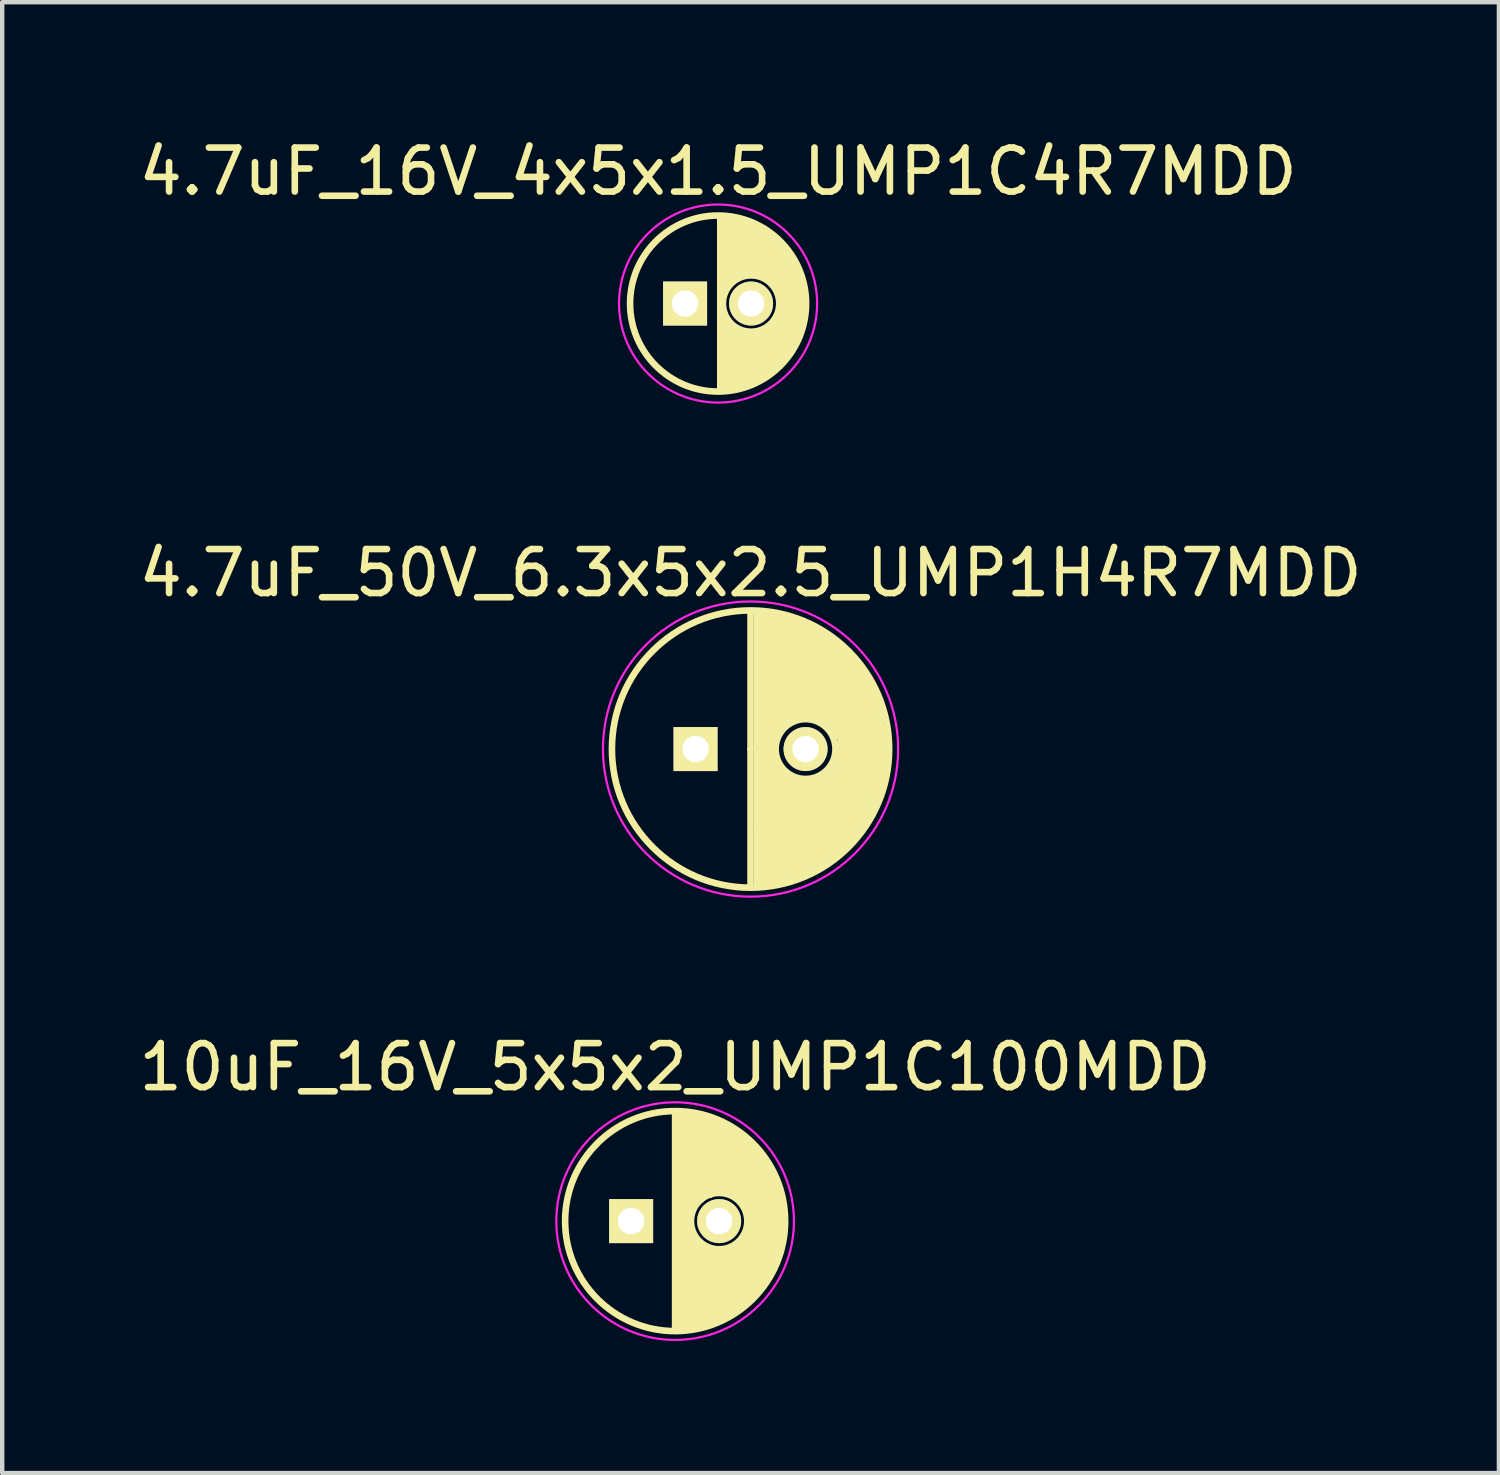
<source format=kicad_pcb>
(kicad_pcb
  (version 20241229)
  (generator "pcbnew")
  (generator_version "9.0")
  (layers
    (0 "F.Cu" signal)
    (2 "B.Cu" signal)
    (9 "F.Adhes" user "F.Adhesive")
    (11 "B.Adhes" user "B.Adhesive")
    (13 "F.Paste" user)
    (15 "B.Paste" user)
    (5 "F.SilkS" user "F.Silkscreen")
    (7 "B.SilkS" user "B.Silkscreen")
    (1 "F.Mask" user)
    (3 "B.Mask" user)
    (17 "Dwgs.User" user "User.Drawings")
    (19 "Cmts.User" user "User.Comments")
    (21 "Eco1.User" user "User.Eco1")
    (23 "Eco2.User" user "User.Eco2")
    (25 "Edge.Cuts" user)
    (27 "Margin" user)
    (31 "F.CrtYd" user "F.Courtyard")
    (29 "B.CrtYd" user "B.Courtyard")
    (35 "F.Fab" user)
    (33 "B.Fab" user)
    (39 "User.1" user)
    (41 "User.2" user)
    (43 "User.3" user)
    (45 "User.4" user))
  (footprint "4.7uF_16V_4x5x1.5_UMP1C4R7MDD"
    (layer "F.Cu")
    (at 13.268 3.848)
    (property "Reference" "4.7uF_16V_4x5x1.5_UMP1C4R7MDD" (at 0 -3 0) (layer "F.SilkS") (effects (font (size 1 1) (thickness 0.15))))
    (attr through_hole)
    (fp_line (start 0.05 0) (end 0.05 -1.95) (stroke (width 0.15) (type solid)) (layer "F.SilkS"))
    (fp_line (start 0.05 0) (end 0.05 1.95) (stroke (width 0.15) (type solid)) (layer "F.SilkS"))
    (fp_line (start 0.15 -1.95) (end 0.15 -0.35) (stroke (width 0.15) (type solid)) (layer "F.SilkS"))
    (fp_line (start 0.15 0.3) (end 0.15 1.95) (stroke (width 0.15) (type solid)) (layer "F.SilkS"))
    (fp_line (start 0.25 -0.5) (end 0.25 -1.9) (stroke (width 0.15) (type solid)) (layer "F.SilkS"))
    (fp_line (start 0.25 1.95) (end 0.25 0.45) (stroke (width 0.15) (type solid)) (layer "F.SilkS"))
    (fp_line (start 0.35 -1.95) (end 0.35 -0.55) (stroke (width 0.15) (type solid)) (layer "F.SilkS"))
    (fp_line (start 0.35 0.55) (end 0.35 1.95) (stroke (width 0.15) (type solid)) (layer "F.SilkS"))
    (fp_line (start 0.45 -0.6) (end 0.45 -1.9) (stroke (width 0.15) (type solid)) (layer "F.SilkS"))
    (fp_line (start 0.45 1.9) (end 0.45 0.6) (stroke (width 0.15) (type solid)) (layer "F.SilkS"))
    (fp_line (start 0.55 -1.9) (end 0.55 -0.7) (stroke (width 0.15) (type solid)) (layer "F.SilkS"))
    (fp_line (start 0.55 0.65) (end 0.55 1.85) (stroke (width 0.15) (type solid)) (layer "F.SilkS"))
    (fp_line (start 0.65 -0.65) (end 0.65 -1.85) (stroke (width 0.15) (type solid)) (layer "F.SilkS"))
    (fp_line (start 0.65 1.85) (end 0.65 0.65) (stroke (width 0.15) (type solid)) (layer "F.SilkS"))
    (fp_line (start 0.75 -1.85) (end 0.75 -0.7) (stroke (width 0.15) (type solid)) (layer "F.SilkS"))
    (fp_line (start 0.75 1.8) (end 0.75 0.7) (stroke (width 0.15) (type solid)) (layer "F.SilkS"))
    (fp_line (start 0.85 -1.8) (end 0.85 -0.7) (stroke (width 0.15) (type solid)) (layer "F.SilkS"))
    (fp_line (start 0.85 0.65) (end 0.85 1.75) (stroke (width 0.15) (type solid)) (layer "F.SilkS"))
    (fp_line (start 0.95 -0.65) (end 0.95 -1.7) (stroke (width 0.15) (type solid)) (layer "F.SilkS"))
    (fp_line (start 0.95 1.7) (end 0.95 0.7) (stroke (width 0.15) (type solid)) (layer "F.SilkS"))
    (fp_line (start 1.05 -1.7) (end 1.05 -0.6) (stroke (width 0.15) (type solid)) (layer "F.SilkS"))
    (fp_line (start 1.05 0.6) (end 1.05 1.65) (stroke (width 0.15) (type solid)) (layer "F.SilkS"))
    (fp_line (start 1.15 -0.55) (end 1.15 -1.6) (stroke (width 0.15) (type solid)) (layer "F.SilkS"))
    (fp_line (start 1.15 1.6) (end 1.15 0.55) (stroke (width 0.15) (type solid)) (layer "F.SilkS"))
    (fp_line (start 1.25 -1.5) (end 1.25 -0.5) (stroke (width 0.15) (type solid)) (layer "F.SilkS"))
    (fp_line (start 1.25 0.45) (end 1.25 1.5) (stroke (width 0.15) (type solid)) (layer "F.SilkS"))
    (fp_line (start 1.35 -0.3) (end 1.35 -1.4) (stroke (width 0.15) (type solid)) (layer "F.SilkS"))
    (fp_line (start 1.35 1.45) (end 1.35 0.3) (stroke (width 0.15) (type solid)) (layer "F.SilkS"))
    (fp_line (start 1.45 1.35) (end 1.45 -1.3) (stroke (width 0.15) (type solid)) (layer "F.SilkS"))
    (fp_line (start 1.55 -1.2) (end 1.55 1.2) (stroke (width 0.15) (type solid)) (layer "F.SilkS"))
    (fp_line (start 1.65 1.1) (end 1.65 -1.05) (stroke (width 0.15) (type solid)) (layer "F.SilkS"))
    (fp_line (start 1.75 -0.85) (end 1.75 0.85) (stroke (width 0.15) (type solid)) (layer "F.SilkS"))
    (fp_line (start 1.85 0.65) (end 1.85 -0.65) (stroke (width 0.15) (type solid)) (layer "F.SilkS"))
    (fp_line (start 1.95 -0.2) (end 1.95 0.25) (stroke (width 0.15) (type solid)) (layer "F.SilkS"))
    (fp_circle (center 0 0) (end 0 2) (stroke (width 0.15) (type solid)) (fill no) (layer "F.SilkS"))
    (fp_circle (center 0.75 0) (end 1.15 0.5) (stroke (width 0.15) (type solid)) (fill no) (layer "F.SilkS"))
    (fp_circle (center 0 0) (end 0.05 2.25) (stroke (width 0.05) (type solid)) (fill no) (layer "F.CrtYd"))
    (pad "1" thru_hole rect (at -0.75 0) (size 1 1) (drill 0.6) (layers "*.Cu" "*.Mask" "F.SilkS"))
    (pad "2" thru_hole circle (at 0.75 0) (size 1 1) (drill 0.6) (layers "*.Cu" "*.Mask" "F.SilkS")))
  (footprint "4.7uF_50V_6.3x5x2.5_UMP1H4R7MDD"
    (layer "F.Cu")
    (at 14.006 13.972)
    (property "Reference" "4.7uF_50V_6.3x5x2.5_UMP1H4R7MDD" (at 0 -4 0) (layer "F.SilkS") (effects (font (size 1 1) (thickness 0.15))))
    (attr through_hole)
    (fp_line (start 0 0) (end 0 -3.1) (stroke (width 0.15) (type solid)) (layer "F.SilkS"))
    (fp_line (start 0 0) (end 0 3.1) (stroke (width 0.15) (type solid)) (layer "F.SilkS"))
    (fp_line (start 0.15 1.8) (end 0.15 -3.1) (stroke (width 0.15) (type solid)) (layer "F.SilkS"))
    (fp_line (start 0.15 3.1) (end 0.15 1.8) (stroke (width 0.15) (type solid)) (layer "F.SilkS"))
    (fp_line (start 0.25 -3.1) (end 0.25 3.1) (stroke (width 0.15) (type solid)) (layer "F.SilkS"))
    (fp_line (start 0.35 3) (end 0.35 -3) (stroke (width 0.15) (type solid)) (layer "F.SilkS"))
    (fp_line (start 0.45 -3.1) (end 0.45 3.1) (stroke (width 0.15) (type solid)) (layer "F.SilkS"))
    (fp_line (start 0.55 -3) (end 0.55 -0.2) (stroke (width 0.15) (type solid)) (layer "F.SilkS"))
    (fp_line (start 0.55 0.2) (end 0.55 3) (stroke (width 0.15) (type solid)) (layer "F.SilkS"))
    (fp_line (start 0.65 -3) (end 0.55 -3) (stroke (width 0.15) (type solid)) (layer "F.SilkS"))
    (fp_line (start 0.65 -0.4) (end 0.65 -3) (stroke (width 0.15) (type solid)) (layer "F.SilkS"))
    (fp_line (start 0.65 3) (end 0.65 0.5) (stroke (width 0.15) (type solid)) (layer "F.SilkS"))
    (fp_line (start 0.75 -3) (end 0.75 -0.6) (stroke (width 0.15) (type solid)) (layer "F.SilkS"))
    (fp_line (start 0.75 -0.6) (end 0.65 -0.4) (stroke (width 0.15) (type solid)) (layer "F.SilkS"))
    (fp_line (start 0.75 0.5) (end 0.75 3) (stroke (width 0.15) (type solid)) (layer "F.SilkS"))
    (fp_line (start 0.85 -2.9) (end 0.75 -3) (stroke (width 0.15) (type solid)) (layer "F.SilkS"))
    (fp_line (start 0.85 -0.6) (end 0.85 -2.9) (stroke (width 0.15) (type solid)) (layer "F.SilkS"))
    (fp_line (start 0.85 2.9) (end 0.85 0.6) (stroke (width 0.15) (type solid)) (layer "F.SilkS"))
    (fp_line (start 0.95 -2.9) (end 0.95 -0.7) (stroke (width 0.15) (type solid)) (layer "F.SilkS"))
    (fp_line (start 0.95 -0.7) (end 0.85 -0.6) (stroke (width 0.15) (type solid)) (layer "F.SilkS"))
    (fp_line (start 0.95 0.7) (end 0.95 2.9) (stroke (width 0.15) (type solid)) (layer "F.SilkS"))
    (fp_line (start 1.05 -2.9) (end 1.15 -2.8) (stroke (width 0.15) (type solid)) (layer "F.SilkS"))
    (fp_line (start 1.05 -2.8) (end 0.95 -2.9) (stroke (width 0.15) (type solid)) (layer "F.SilkS"))
    (fp_line (start 1.05 -0.7) (end 1.05 -2.8) (stroke (width 0.15) (type solid)) (layer "F.SilkS"))
    (fp_line (start 1.05 2.9) (end 1.05 0.7) (stroke (width 0.15) (type solid)) (layer "F.SilkS"))
    (fp_line (start 1.15 -2.8) (end 1.15 -0.7) (stroke (width 0.15) (type solid)) (layer "F.SilkS"))
    (fp_line (start 1.15 -0.7) (end 1.05 -0.7) (stroke (width 0.15) (type solid)) (layer "F.SilkS"))
    (fp_line (start 1.15 0.7) (end 1.15 2.8) (stroke (width 0.15) (type solid)) (layer "F.SilkS"))
    (fp_line (start 1.25 -2.8) (end 1.05 -2.9) (stroke (width 0.15) (type solid)) (layer "F.SilkS"))
    (fp_line (start 1.25 -0.8) (end 1.25 -2.8) (stroke (width 0.15) (type solid)) (layer "F.SilkS"))
    (fp_line (start 1.25 2.8) (end 1.25 0.8) (stroke (width 0.15) (type solid)) (layer "F.SilkS"))
    (fp_line (start 1.35 -2.8) (end 1.35 -0.7) (stroke (width 0.15) (type solid)) (layer "F.SilkS"))
    (fp_line (start 1.35 -0.7) (end 1.25 -0.8) (stroke (width 0.15) (type solid)) (layer "F.SilkS"))
    (fp_line (start 1.35 0.7) (end 1.35 2.7) (stroke (width 0.15) (type solid)) (layer "F.SilkS"))
    (fp_line (start 1.45 -2.7) (end 1.35 -2.8) (stroke (width 0.15) (type solid)) (layer "F.SilkS"))
    (fp_line (start 1.45 -0.7) (end 1.45 -2.7) (stroke (width 0.15) (type solid)) (layer "F.SilkS"))
    (fp_line (start 1.45 2.7) (end 1.45 0.7) (stroke (width 0.15) (type solid)) (layer "F.SilkS"))
    (fp_line (start 1.55 -2.7) (end 1.55 -0.7) (stroke (width 0.15) (type solid)) (layer "F.SilkS"))
    (fp_line (start 1.55 -0.7) (end 1.45 -0.7) (stroke (width 0.15) (type solid)) (layer "F.SilkS"))
    (fp_line (start 1.55 0.7) (end 1.55 2.6) (stroke (width 0.15) (type solid)) (layer "F.SilkS"))
    (fp_line (start 1.65 -2.6) (end 1.55 -2.7) (stroke (width 0.15) (type solid)) (layer "F.SilkS"))
    (fp_line (start 1.65 -2.5) (end 1.85 -2.5) (stroke (width 0.15) (type solid)) (layer "F.SilkS"))
    (fp_line (start 1.65 -0.6) (end 1.65 -2.6) (stroke (width 0.15) (type solid)) (layer "F.SilkS"))
    (fp_line (start 1.65 2.6) (end 1.65 0.6) (stroke (width 0.15) (type solid)) (layer "F.SilkS"))
    (fp_line (start 1.75 -2.5) (end 1.75 -0.6) (stroke (width 0.15) (type solid)) (layer "F.SilkS"))
    (fp_line (start 1.75 0.6) (end 1.75 2.5) (stroke (width 0.15) (type solid)) (layer "F.SilkS"))
    (fp_line (start 1.85 -0.4) (end 1.85 -2.4) (stroke (width 0.15) (type solid)) (layer "F.SilkS"))
    (fp_line (start 1.85 2.4) (end 1.85 0.5) (stroke (width 0.15) (type solid)) (layer "F.SilkS"))
    (fp_line (start 1.95 -2.4) (end 1.95 -0.3) (stroke (width 0.15) (type solid)) (layer "F.SilkS"))
    (fp_line (start 1.95 0.2) (end 1.95 0.4) (stroke (width 0.15) (type solid)) (layer "F.SilkS"))
    (fp_line (start 1.95 0.4) (end 1.95 2.4) (stroke (width 0.15) (type solid)) (layer "F.SilkS"))
    (fp_line (start 2.05 -2.3) (end 2.15 -2.2) (stroke (width 0.15) (type solid)) (layer "F.SilkS"))
    (fp_line (start 2.05 0) (end 2.05 -2.3) (stroke (width 0.15) (type solid)) (layer "F.SilkS"))
    (fp_line (start 2.05 2.3) (end 2.05 0) (stroke (width 0.15) (type solid)) (layer "F.SilkS"))
    (fp_line (start 2.15 -2.1) (end 2.15 2.2) (stroke (width 0.15) (type solid)) (layer "F.SilkS"))
    (fp_line (start 2.15 2.2) (end 2.25 2.1) (stroke (width 0.15) (type solid)) (layer "F.SilkS"))
    (fp_line (start 2.25 -2.1) (end 2.35 -1.9) (stroke (width 0.15) (type solid)) (layer "F.SilkS"))
    (fp_line (start 2.25 2.1) (end 2.25 -2.1) (stroke (width 0.15) (type solid)) (layer "F.SilkS"))
    (fp_line (start 2.35 -1.9) (end 2.35 2) (stroke (width 0.15) (type solid)) (layer "F.SilkS"))
    (fp_line (start 2.35 2) (end 2.45 1.8) (stroke (width 0.15) (type solid)) (layer "F.SilkS"))
    (fp_line (start 2.45 -1.9) (end 2.55 -1.7) (stroke (width 0.15) (type solid)) (layer "F.SilkS"))
    (fp_line (start 2.45 1.8) (end 2.45 -1.9) (stroke (width 0.15) (type solid)) (layer "F.SilkS"))
    (fp_line (start 2.55 -1.7) (end 2.55 1.7) (stroke (width 0.15) (type solid)) (layer "F.SilkS"))
    (fp_line (start 2.55 -1.7) (end 2.65 -1.5) (stroke (width 0.15) (type solid)) (layer "F.SilkS"))
    (fp_line (start 2.55 1.7) (end 2.65 1.5) (stroke (width 0.15) (type solid)) (layer "F.SilkS"))
    (fp_line (start 2.65 -1.5) (end 2.75 -1.3) (stroke (width 0.15) (type solid)) (layer "F.SilkS"))
    (fp_line (start 2.65 1.5) (end 2.65 -1.5) (stroke (width 0.15) (type solid)) (layer "F.SilkS"))
    (fp_line (start 2.75 -1.3) (end 2.75 1.4) (stroke (width 0.15) (type solid)) (layer "F.SilkS"))
    (fp_line (start 2.75 1.4) (end 2.85 1.1) (stroke (width 0.15) (type solid)) (layer "F.SilkS"))
    (fp_line (start 2.85 -1.2) (end 2.95 -0.7) (stroke (width 0.15) (type solid)) (layer "F.SilkS"))
    (fp_line (start 2.85 1.1) (end 2.85 -1.2) (stroke (width 0.15) (type solid)) (layer "F.SilkS"))
    (fp_line (start 2.95 -0.7) (end 2.95 0.9) (stroke (width 0.15) (type solid)) (layer "F.SilkS"))
    (fp_line (start 2.95 0.9) (end 3.05 0.3) (stroke (width 0.15) (type solid)) (layer "F.SilkS"))
    (fp_line (start 3.05 0.3) (end 3.05 -0.5) (stroke (width 0.15) (type solid)) (layer "F.SilkS"))
    (fp_circle (center 0 0) (end 0 3.15) (stroke (width 0.15) (type solid)) (fill no) (layer "F.SilkS"))
    (fp_circle (center 1.25 0) (end 1.65 0.55) (stroke (width 0.15) (type solid)) (fill no) (layer "F.SilkS"))
    (fp_circle (center 0 0) (end 0.6 3.3) (stroke (width 0.05) (type solid)) (fill no) (layer "F.CrtYd"))
    (pad "1" thru_hole rect (at -1.25 0) (size 1 1) (drill 0.6) (layers "*.Cu" "*.Mask" "F.SilkS"))
    (pad "2" thru_hole circle (at 1.25 0) (size 1 1) (drill 0.6) (layers "*.Cu" "*.Mask" "F.SilkS")))
  (footprint "10uF_16V_5x5x2_UMP1C100MDD"
    (layer "F.Cu")
    (at 12.292 24.699)
    (property "Reference" "10uF_16V_5x5x2_UMP1C100MDD" (at 0 -3.5 0) (layer "F.SilkS") (effects (font (size 1 1) (thickness 0.15))))
    (attr through_hole)
    (fp_line (start 0 -2.45) (end 0 2.45) (stroke (width 0.15) (type solid)) (layer "F.SilkS"))
    (fp_line (start 0.1 2.45) (end 0.1 -2.45) (stroke (width 0.15) (type solid)) (layer "F.SilkS"))
    (fp_line (start 0.2 -2.45) (end 0.2 2.45) (stroke (width 0.15) (type solid)) (layer "F.SilkS"))
    (fp_line (start 0.3 2.45) (end 0.3 -2.4) (stroke (width 0.15) (type solid)) (layer "F.SilkS"))
    (fp_line (start 0.35 0.25) (end 0.35 2.45) (stroke (width 0.15) (type solid)) (layer "F.SilkS"))
    (fp_line (start 0.4 -2.4) (end 0.4 -0.35) (stroke (width 0.15) (type solid)) (layer "F.SilkS"))
    (fp_line (start 0.45 2.4) (end 0.45 0.4) (stroke (width 0.15) (type solid)) (layer "F.SilkS"))
    (fp_line (start 0.5 -0.45) (end 0.5 -2.4) (stroke (width 0.15) (type solid)) (layer "F.SilkS"))
    (fp_line (start 0.55 0.5) (end 0.55 2.35) (stroke (width 0.15) (type solid)) (layer "F.SilkS"))
    (fp_line (start 0.6 -2.35) (end 0.6 -0.5) (stroke (width 0.15) (type solid)) (layer "F.SilkS"))
    (fp_line (start 0.65 0.6) (end 0.65 2.35) (stroke (width 0.15) (type solid)) (layer "F.SilkS"))
    (fp_line (start 0.7 -0.6) (end 0.7 -2.35) (stroke (width 0.15) (type solid)) (layer "F.SilkS"))
    (fp_line (start 0.75 0.6) (end 0.75 2.3) (stroke (width 0.15) (type solid)) (layer "F.SilkS"))
    (fp_line (start 0.8 -2.3) (end 0.8 -0.6) (stroke (width 0.15) (type solid)) (layer "F.SilkS"))
    (fp_line (start 0.85 0.65) (end 0.85 2.3) (stroke (width 0.15) (type solid)) (layer "F.SilkS"))
    (fp_line (start 0.9 -0.65) (end 0.9 -2.25) (stroke (width 0.15) (type solid)) (layer "F.SilkS"))
    (fp_line (start 0.95 2.25) (end 0.95 0.65) (stroke (width 0.15) (type solid)) (layer "F.SilkS"))
    (fp_line (start 1 -2.25) (end 1 -0.7) (stroke (width 0.15) (type solid)) (layer "F.SilkS"))
    (fp_line (start 1.05 0.65) (end 1.05 2.2) (stroke (width 0.15) (type solid)) (layer "F.SilkS"))
    (fp_line (start 1.1 -0.65) (end 1.1 -2.15) (stroke (width 0.15) (type solid)) (layer "F.SilkS"))
    (fp_line (start 1.15 2.2) (end 1.15 0.65) (stroke (width 0.15) (type solid)) (layer "F.SilkS"))
    (fp_line (start 1.2 -2.15) (end 1.2 -0.7) (stroke (width 0.15) (type solid)) (layer "F.SilkS"))
    (fp_line (start 1.25 0.6) (end 1.25 2.1) (stroke (width 0.15) (type solid)) (layer "F.SilkS"))
    (fp_line (start 1.3 -0.6) (end 1.3 -2.05) (stroke (width 0.15) (type solid)) (layer "F.SilkS"))
    (fp_line (start 1.3 0.6) (end 1.3 2.1) (stroke (width 0.15) (type solid)) (layer "F.SilkS"))
    (fp_line (start 1.4 -2) (end 1.4 -0.55) (stroke (width 0.15) (type solid)) (layer "F.SilkS"))
    (fp_line (start 1.4 2) (end 1.4 0.55) (stroke (width 0.15) (type solid)) (layer "F.SilkS"))
    (fp_line (start 1.5 -1.95) (end 1.5 -0.5) (stroke (width 0.15) (type solid)) (layer "F.SilkS"))
    (fp_line (start 1.5 0.45) (end 1.5 1.95) (stroke (width 0.15) (type solid)) (layer "F.SilkS"))
    (fp_line (start 1.6 -1.85) (end 1.6 -0.35) (stroke (width 0.15) (type solid)) (layer "F.SilkS"))
    (fp_line (start 1.6 0.35) (end 1.6 1.85) (stroke (width 0.15) (type solid)) (layer "F.SilkS"))
    (fp_line (start 1.7 -1.75) (end 1.7 1.75) (stroke (width 0.15) (type solid)) (layer "F.SilkS"))
    (fp_line (start 1.8 1.7) (end 1.8 -1.7) (stroke (width 0.15) (type solid)) (layer "F.SilkS"))
    (fp_line (start 1.9 -1.55) (end 1.9 1.55) (stroke (width 0.15) (type solid)) (layer "F.SilkS"))
    (fp_line (start 2 1.45) (end 2 -1.4) (stroke (width 0.15) (type solid)) (layer "F.SilkS"))
    (fp_line (start 2.1 -1.25) (end 2.1 1.25) (stroke (width 0.15) (type solid)) (layer "F.SilkS"))
    (fp_line (start 2.2 1.1) (end 2.2 -1.05) (stroke (width 0.15) (type solid)) (layer "F.SilkS"))
    (fp_line (start 2.3 -0.8) (end 2.3 0.85) (stroke (width 0.15) (type solid)) (layer "F.SilkS"))
    (fp_line (start 2.4 0.55) (end 2.4 -0.55) (stroke (width 0.15) (type solid)) (layer "F.SilkS"))
    (fp_circle (center 0 0) (end 0 2.5) (stroke (width 0.15) (type solid)) (fill no) (layer "F.SilkS"))
    (fp_circle (center 1 0) (end 1.4 0.5) (stroke (width 0.15) (type solid)) (fill no) (layer "F.SilkS"))
    (fp_circle (center 0 0) (end 0 2.7) (stroke (width 0.05) (type solid)) (fill no) (layer "F.CrtYd"))
    (pad "1" thru_hole rect (at -1 0) (size 1 1) (drill 0.6) (layers "*.Cu" "*.Mask" "F.SilkS"))
    (pad "2" thru_hole circle (at 1 0) (size 1 1) (drill 0.6) (layers "*.Cu" "*.Mask" "F.SilkS")))
  (gr_rect
    (start -3 -3)
    (end 31.012 30.424)
    (stroke (width 0.1) (type default))
    (fill no)
    (layer "Edge.Cuts")))
</source>
